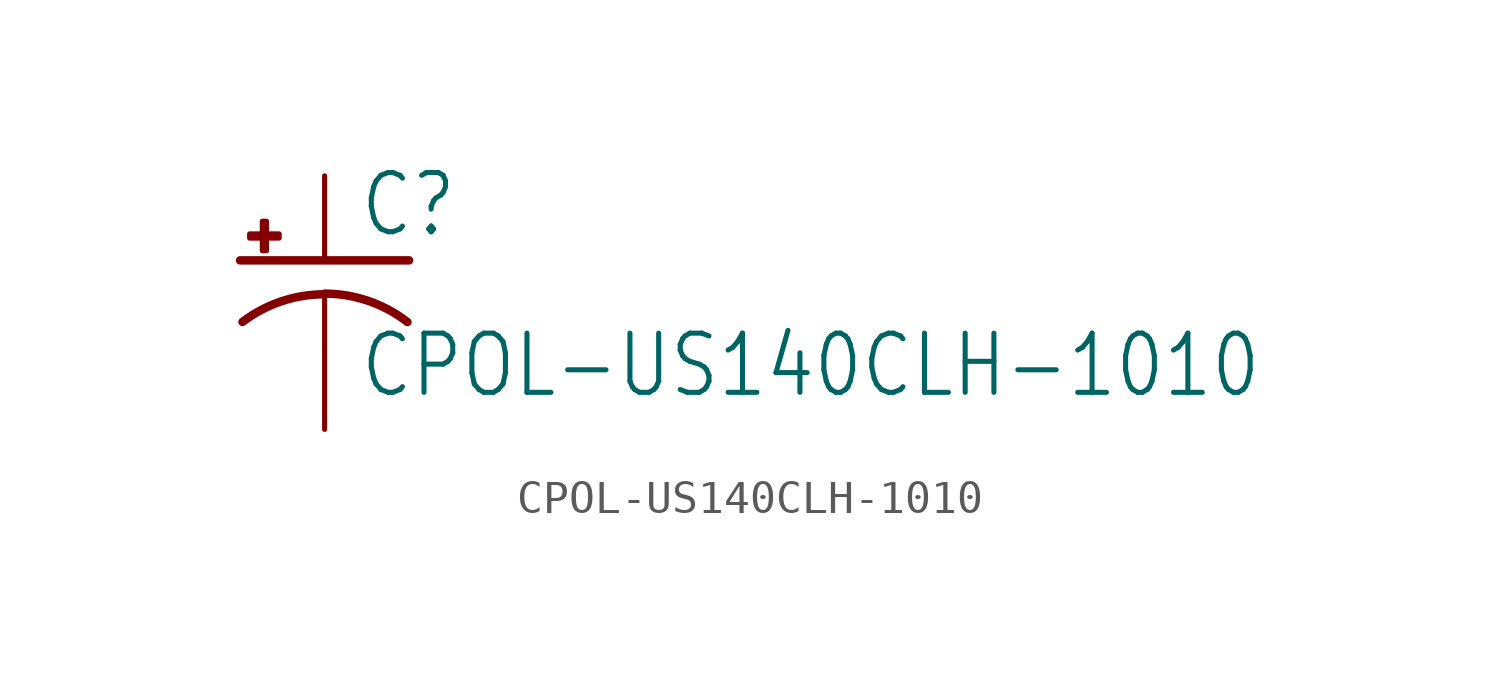
<source format=kicad_sym>
(kicad_symbol_lib
  (version 20220331)
  (generator kicad_symbol_editor)
  (symbol "CPOL-US140CLH-1010"
    (property "Reference" "C"
      (at 1.016 0.635 0)
      (effects (font (size 1.778 1.511)) (justify left bottom)))
    (property "Value" "CPOL-US140CLH-1010"
      (at 1.016 -4.191 0)
      (effects (font (size 1.778 1.511)) (justify left bottom)))
    (property "ki_locked" ""
      (at 0 0 0)
      (effects (font (size 1.27 1.27))))
    (symbol "CPOL-US140CLH-1010_1_0"
      (rectangle (start -2.253 0.668) (end -1.364 0.795) (stroke (width 0) (type default)) (fill (type outline)))
      (rectangle (start -1.872 0.287) (end -1.745 1.176) (stroke (width 0) (type default)) (fill (type outline)))
      (arc (start 0 -1.0161) (mid -1.3021 -1.2302) (end -2.4669 -1.8504) (stroke (width 0.254) (type solid)) (fill (type none)))
      (polyline (pts (xy -2.54 0) (xy 2.54 0)) (stroke (width 0.254) (type solid)) (fill (type none)))
      (polyline (pts (xy 0 -1.016) (xy 0 -2.54)) (stroke (width 0.152) (type solid)) (fill (type none)))
      (arc (start 2.4892 -1.8542) (mid 1.3158 -1.2195) (end 0 -1) (stroke (width 0.254) (type solid)) (fill (type none)))
      (pin passive line (at 0 2.54 270) (length 2.54) (name "+" (effects (font (size 0 0)))) (number "+" (effects (font (size 0 0)))))
      (pin passive line (at 0 -5.08 90) (length 2.54) (name "-" (effects (font (size 0 0)))) (number "-" (effects (font (size 0 0))))))))
</source>
